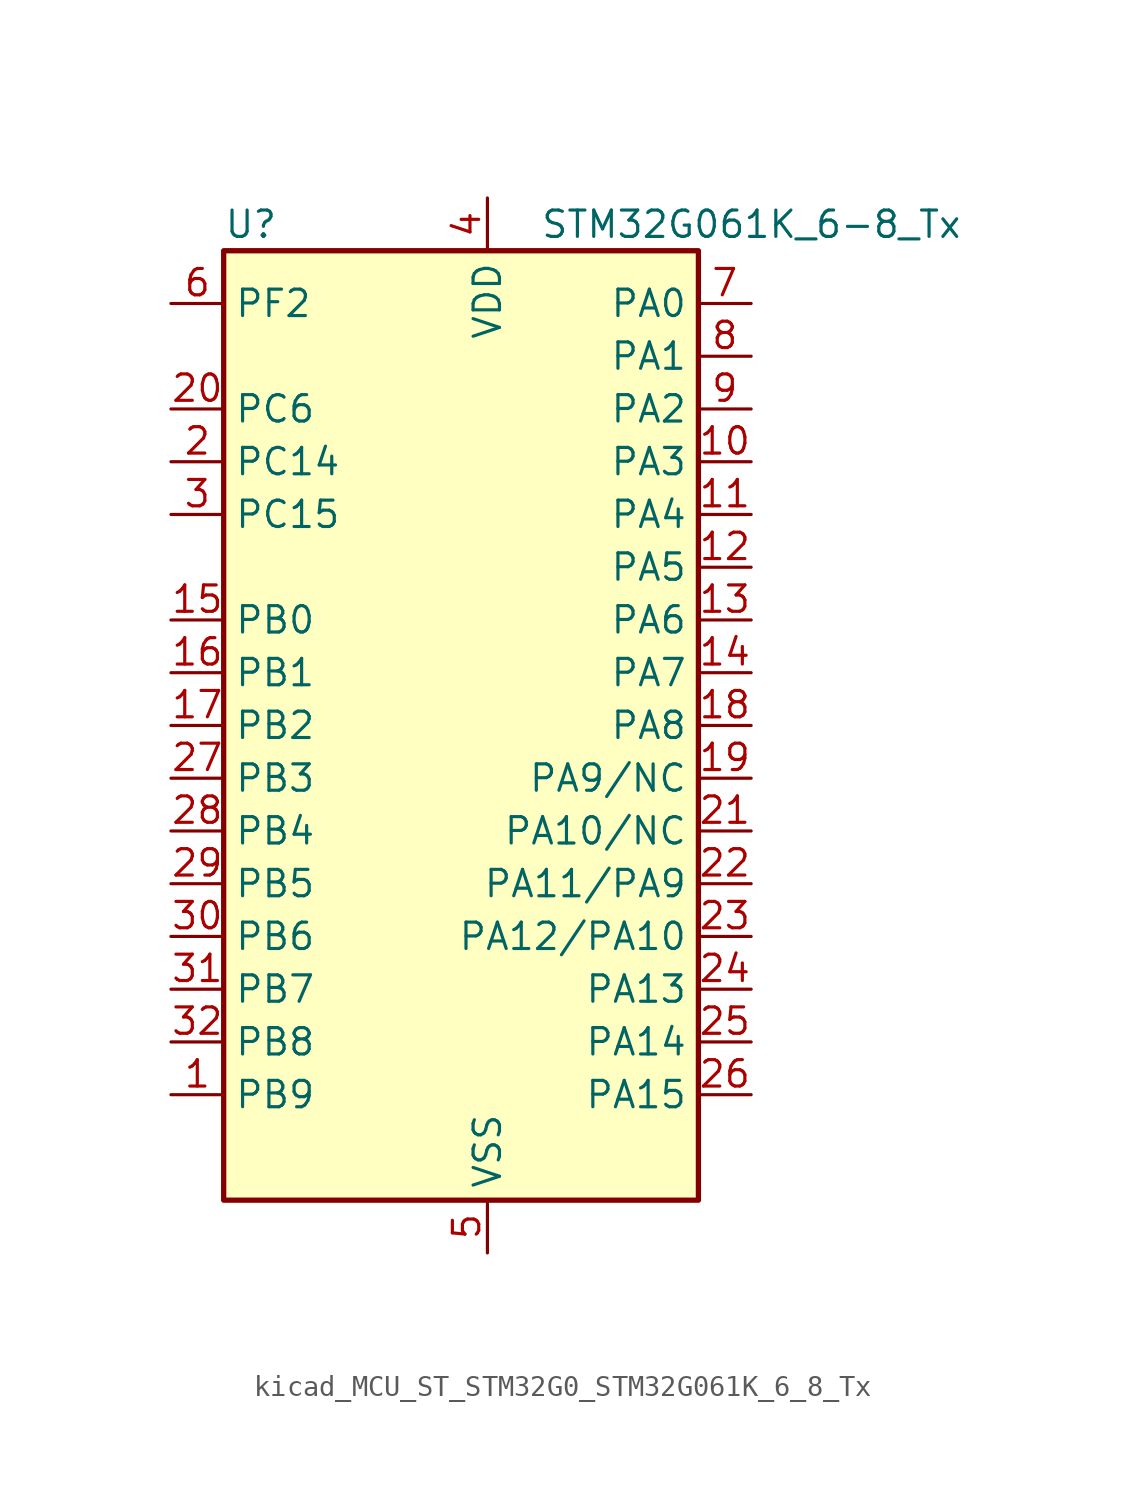
<source format=kicad_sym>
(kicad_symbol_lib
  (version 20220914)
  (generator kicad_symbol_editor)
  (symbol "kicad_MCU_ST_STM32G0_STM32G061K_6_8_Tx"
    (property "Reference" "U"
      (at -10.16 24.13 0)
      (effects (font (size 1.27 1.27)) (justify left)))
    (property "Value" "STM32G061K_6-8_Tx"
      (at 5.08 24.13 0)
      (effects (font (size 1.27 1.27)) (justify left)))
    (property "ki_locked" ""
      (at 0 0 0)
      (effects (font (size 1.27 1.27))))
    (symbol "kicad_MCU_ST_STM32G0_STM32G061K_6_8_Tx_0_1"
      (rectangle (start -10.16 -22.86) (end 12.7 22.86) (stroke (width 0.254) (type default)) (fill (type background))))
    (symbol "kicad_MCU_ST_STM32G0_STM32G061K_6_8_Tx_1_1"
      (pin bidirectional line (at -12.7 -17.78 0) (length 2.54) (name "PB9" (effects (font (size 1.27 1.27)))) (number "1" (effects (font (size 1.27 1.27)))) (alternate "DAC1_EXTI9" bidirectional line) (alternate "I2C1_SDA" bidirectional line) (alternate "IR_OUT" bidirectional line) (alternate "SPI2_NSS" bidirectional line) (alternate "TIM17_CH1" bidirectional line))
      (pin bidirectional line (at 15.24 12.7 180) (length 2.54) (name "PA3" (effects (font (size 1.27 1.27)))) (number "10" (effects (font (size 1.27 1.27)))) (alternate "ADC1_IN3" bidirectional line) (alternate "COMP2_INP" bidirectional line) (alternate "LPUART1_RX" bidirectional line) (alternate "SPI2_MISO" bidirectional line) (alternate "TIM15_CH2" bidirectional line) (alternate "TIM2_CH4" bidirectional line) (alternate "USART2_RX" bidirectional line))
      (pin bidirectional line (at 15.24 10.16 180) (length 2.54) (name "PA4" (effects (font (size 1.27 1.27)))) (number "11" (effects (font (size 1.27 1.27)))) (alternate "ADC1_IN4" bidirectional line) (alternate "DAC1_OUT1" bidirectional line) (alternate "I2S1_WS" bidirectional line) (alternate "LPTIM2_OUT" bidirectional line) (alternate "RTC_OUT1" bidirectional line) (alternate "RTC_TAMP_IN1" bidirectional line) (alternate "RTC_TS" bidirectional line) (alternate "SPI1_NSS" bidirectional line) (alternate "SPI2_MOSI" bidirectional line) (alternate "SYS_WKUP2" bidirectional line) (alternate "TIM14_CH1" bidirectional line))
      (pin bidirectional line (at 15.24 7.62 180) (length 2.54) (name "PA5" (effects (font (size 1.27 1.27)))) (number "12" (effects (font (size 1.27 1.27)))) (alternate "ADC1_IN5" bidirectional line) (alternate "DAC1_OUT2" bidirectional line) (alternate "I2S1_CK" bidirectional line) (alternate "LPTIM2_ETR" bidirectional line) (alternate "SPI1_SCK" bidirectional line) (alternate "TIM2_CH1" bidirectional line) (alternate "TIM2_ETR" bidirectional line))
      (pin bidirectional line (at 15.24 5.08 180) (length 2.54) (name "PA6" (effects (font (size 1.27 1.27)))) (number "13" (effects (font (size 1.27 1.27)))) (alternate "ADC1_IN6" bidirectional line) (alternate "COMP1_OUT" bidirectional line) (alternate "I2S1_MCK" bidirectional line) (alternate "LPUART1_CTS" bidirectional line) (alternate "SPI1_MISO" bidirectional line) (alternate "TIM16_CH1" bidirectional line) (alternate "TIM1_BK" bidirectional line) (alternate "TIM3_CH1" bidirectional line))
      (pin bidirectional line (at 15.24 2.54 180) (length 2.54) (name "PA7" (effects (font (size 1.27 1.27)))) (number "14" (effects (font (size 1.27 1.27)))) (alternate "ADC1_IN7" bidirectional line) (alternate "COMP2_OUT" bidirectional line) (alternate "I2S1_SD" bidirectional line) (alternate "SPI1_MOSI" bidirectional line) (alternate "TIM14_CH1" bidirectional line) (alternate "TIM17_CH1" bidirectional line) (alternate "TIM1_CH1N" bidirectional line) (alternate "TIM3_CH2" bidirectional line))
      (pin bidirectional line (at -12.7 5.08 0) (length 2.54) (name "PB0" (effects (font (size 1.27 1.27)))) (number "15" (effects (font (size 1.27 1.27)))) (alternate "ADC1_IN8" bidirectional line) (alternate "COMP1_OUT" bidirectional line) (alternate "I2S1_WS" bidirectional line) (alternate "LPTIM1_OUT" bidirectional line) (alternate "SPI1_NSS" bidirectional line) (alternate "TIM1_CH2N" bidirectional line) (alternate "TIM3_CH3" bidirectional line))
      (pin bidirectional line (at -12.7 2.54 0) (length 2.54) (name "PB1" (effects (font (size 1.27 1.27)))) (number "16" (effects (font (size 1.27 1.27)))) (alternate "ADC1_IN9" bidirectional line) (alternate "COMP1_INM" bidirectional line) (alternate "LPTIM2_IN1" bidirectional line) (alternate "LPUART1_DE" bidirectional line) (alternate "LPUART1_RTS" bidirectional line) (alternate "TIM14_CH1" bidirectional line) (alternate "TIM1_CH3N" bidirectional line) (alternate "TIM3_CH4" bidirectional line))
      (pin bidirectional line (at -12.7 0 0) (length 2.54) (name "PB2" (effects (font (size 1.27 1.27)))) (number "17" (effects (font (size 1.27 1.27)))) (alternate "ADC1_IN10" bidirectional line) (alternate "COMP1_INP" bidirectional line) (alternate "LPTIM1_OUT" bidirectional line) (alternate "SPI2_MISO" bidirectional line))
      (pin bidirectional line (at 15.24 0 180) (length 2.54) (name "PA8" (effects (font (size 1.27 1.27)))) (number "18" (effects (font (size 1.27 1.27)))) (alternate "LPTIM2_OUT" bidirectional line) (alternate "RCC_MCO" bidirectional line) (alternate "SPI2_NSS" bidirectional line) (alternate "TIM1_CH1" bidirectional line))
      (pin bidirectional line (at 15.24 -2.54 180) (length 2.54) (name "PA9/NC" (effects (font (size 1.27 1.27)))) (number "19" (effects (font (size 1.27 1.27)))) (alternate "DAC1_EXTI9" bidirectional line) (alternate "I2C1_SCL" bidirectional line) (alternate "RCC_MCO" bidirectional line) (alternate "SPI2_MISO" bidirectional line) (alternate "TIM15_BK" bidirectional line) (alternate "TIM1_CH2" bidirectional line) (alternate "USART1_TX" bidirectional line))
      (pin bidirectional line (at -12.7 12.7 0) (length 2.54) (name "PC14" (effects (font (size 1.27 1.27)))) (number "2" (effects (font (size 1.27 1.27)))) (alternate "RCC_OSC32_IN" bidirectional line) (alternate "RCC_OSC_IN" bidirectional line) (alternate "TIM1_BK2" bidirectional line))
      (pin bidirectional line (at -12.7 15.24 0) (length 2.54) (name "PC6" (effects (font (size 1.27 1.27)))) (number "20" (effects (font (size 1.27 1.27)))) (alternate "TIM2_CH3" bidirectional line) (alternate "TIM3_CH1" bidirectional line))
      (pin bidirectional line (at 15.24 -5.08 180) (length 2.54) (name "PA10/NC" (effects (font (size 1.27 1.27)))) (number "21" (effects (font (size 1.27 1.27)))) (alternate "I2C1_SDA" bidirectional line) (alternate "SPI2_MOSI" bidirectional line) (alternate "TIM17_BK" bidirectional line) (alternate "TIM1_CH3" bidirectional line) (alternate "USART1_RX" bidirectional line))
      (pin bidirectional line (at 15.24 -7.62 180) (length 2.54) (name "PA11/PA9" (effects (font (size 1.27 1.27)))) (number "22" (effects (font (size 1.27 1.27)))) (alternate "ADC1_EXTI11" bidirectional line) (alternate "ADC1_IN15" bidirectional line) (alternate "COMP1_OUT" bidirectional line) (alternate "I2C2_SCL" bidirectional line) (alternate "I2S1_MCK" bidirectional line) (alternate "SPI1_MISO" bidirectional line) (alternate "TIM1_BK2" bidirectional line) (alternate "TIM1_CH4" bidirectional line) (alternate "USART1_CTS" bidirectional line) (alternate "USART1_NSS" bidirectional line))
      (pin bidirectional line (at 15.24 -10.16 180) (length 2.54) (name "PA12/PA10" (effects (font (size 1.27 1.27)))) (number "23" (effects (font (size 1.27 1.27)))) (alternate "ADC1_IN16" bidirectional line) (alternate "COMP2_OUT" bidirectional line) (alternate "I2C2_SDA" bidirectional line) (alternate "I2S1_SD" bidirectional line) (alternate "I2S_CKIN" bidirectional line) (alternate "SPI1_MOSI" bidirectional line) (alternate "TIM1_ETR" bidirectional line) (alternate "USART1_CK" bidirectional line) (alternate "USART1_DE" bidirectional line) (alternate "USART1_RTS" bidirectional line))
      (pin bidirectional line (at 15.24 -12.7 180) (length 2.54) (name "PA13" (effects (font (size 1.27 1.27)))) (number "24" (effects (font (size 1.27 1.27)))) (alternate "ADC1_IN17" bidirectional line) (alternate "IR_OUT" bidirectional line) (alternate "SYS_SWDIO" bidirectional line))
      (pin bidirectional line (at 15.24 -15.24 180) (length 2.54) (name "PA14" (effects (font (size 1.27 1.27)))) (number "25" (effects (font (size 1.27 1.27)))) (alternate "ADC1_IN18" bidirectional line) (alternate "SYS_SWCLK" bidirectional line) (alternate "USART2_TX" bidirectional line))
      (pin bidirectional line (at 15.24 -17.78 180) (length 2.54) (name "PA15" (effects (font (size 1.27 1.27)))) (number "26" (effects (font (size 1.27 1.27)))) (alternate "I2S1_WS" bidirectional line) (alternate "SPI1_NSS" bidirectional line) (alternate "TIM2_CH1" bidirectional line) (alternate "TIM2_ETR" bidirectional line) (alternate "USART2_RX" bidirectional line))
      (pin bidirectional line (at -12.7 -2.54 0) (length 2.54) (name "PB3" (effects (font (size 1.27 1.27)))) (number "27" (effects (font (size 1.27 1.27)))) (alternate "COMP2_INM" bidirectional line) (alternate "I2S1_CK" bidirectional line) (alternate "SPI1_SCK" bidirectional line) (alternate "TIM1_CH2" bidirectional line) (alternate "TIM2_CH2" bidirectional line) (alternate "USART1_CK" bidirectional line) (alternate "USART1_DE" bidirectional line) (alternate "USART1_RTS" bidirectional line))
      (pin bidirectional line (at -12.7 -5.08 0) (length 2.54) (name "PB4" (effects (font (size 1.27 1.27)))) (number "28" (effects (font (size 1.27 1.27)))) (alternate "COMP2_INP" bidirectional line) (alternate "I2S1_MCK" bidirectional line) (alternate "SPI1_MISO" bidirectional line) (alternate "TIM17_BK" bidirectional line) (alternate "TIM3_CH1" bidirectional line) (alternate "USART1_CTS" bidirectional line) (alternate "USART1_NSS" bidirectional line))
      (pin bidirectional line (at -12.7 -7.62 0) (length 2.54) (name "PB5" (effects (font (size 1.27 1.27)))) (number "29" (effects (font (size 1.27 1.27)))) (alternate "COMP2_OUT" bidirectional line) (alternate "I2C1_SMBA" bidirectional line) (alternate "I2S1_SD" bidirectional line) (alternate "LPTIM1_IN1" bidirectional line) (alternate "SPI1_MOSI" bidirectional line) (alternate "SYS_WKUP6" bidirectional line) (alternate "TIM16_BK" bidirectional line) (alternate "TIM3_CH2" bidirectional line))
      (pin bidirectional line (at -12.7 10.16 0) (length 2.54) (name "PC15" (effects (font (size 1.27 1.27)))) (number "3" (effects (font (size 1.27 1.27)))) (alternate "RCC_OSC32_EN" bidirectional line) (alternate "RCC_OSC32_OUT" bidirectional line) (alternate "RCC_OSC_EN" bidirectional line) (alternate "TIM15_BK" bidirectional line))
      (pin bidirectional line (at -12.7 -10.16 0) (length 2.54) (name "PB6" (effects (font (size 1.27 1.27)))) (number "30" (effects (font (size 1.27 1.27)))) (alternate "COMP2_INP" bidirectional line) (alternate "I2C1_SCL" bidirectional line) (alternate "LPTIM1_ETR" bidirectional line) (alternate "SPI2_MISO" bidirectional line) (alternate "TIM16_CH1N" bidirectional line) (alternate "TIM1_CH3" bidirectional line) (alternate "USART1_TX" bidirectional line))
      (pin bidirectional line (at -12.7 -12.7 0) (length 2.54) (name "PB7" (effects (font (size 1.27 1.27)))) (number "31" (effects (font (size 1.27 1.27)))) (alternate "ADC1_IN11" bidirectional line) (alternate "COMP2_INM" bidirectional line) (alternate "I2C1_SDA" bidirectional line) (alternate "LPTIM1_IN2" bidirectional line) (alternate "SPI2_MOSI" bidirectional line) (alternate "SYS_PVD_IN" bidirectional line) (alternate "TIM17_CH1N" bidirectional line) (alternate "USART1_RX" bidirectional line))
      (pin bidirectional line (at -12.7 -15.24 0) (length 2.54) (name "PB8" (effects (font (size 1.27 1.27)))) (number "32" (effects (font (size 1.27 1.27)))) (alternate "I2C1_SCL" bidirectional line) (alternate "SPI2_SCK" bidirectional line) (alternate "TIM15_BK" bidirectional line) (alternate "TIM16_CH1" bidirectional line))
      (pin power_in line (at 2.54 25.4 270) (length 2.54) (name "VDD" (effects (font (size 1.27 1.27)))) (number "4" (effects (font (size 1.27 1.27)))))
      (pin power_in line (at 2.54 -25.4 90) (length 2.54) (name "VSS" (effects (font (size 1.27 1.27)))) (number "5" (effects (font (size 1.27 1.27)))))
      (pin bidirectional line (at -12.7 20.32 0) (length 2.54) (name "PF2" (effects (font (size 1.27 1.27)))) (number "6" (effects (font (size 1.27 1.27)))) (alternate "RCC_MCO" bidirectional line))
      (pin bidirectional line (at 15.24 20.32 180) (length 2.54) (name "PA0" (effects (font (size 1.27 1.27)))) (number "7" (effects (font (size 1.27 1.27)))) (alternate "ADC1_IN0" bidirectional line) (alternate "COMP1_INM" bidirectional line) (alternate "COMP1_OUT" bidirectional line) (alternate "LPTIM1_OUT" bidirectional line) (alternate "RTC_TAMP_IN2" bidirectional line) (alternate "SPI2_SCK" bidirectional line) (alternate "SYS_WKUP1" bidirectional line) (alternate "TIM2_CH1" bidirectional line) (alternate "TIM2_ETR" bidirectional line) (alternate "USART2_CTS" bidirectional line) (alternate "USART2_NSS" bidirectional line))
      (pin bidirectional line (at 15.24 17.78 180) (length 2.54) (name "PA1" (effects (font (size 1.27 1.27)))) (number "8" (effects (font (size 1.27 1.27)))) (alternate "ADC1_IN1" bidirectional line) (alternate "COMP1_INP" bidirectional line) (alternate "I2C1_SMBA" bidirectional line) (alternate "I2S1_CK" bidirectional line) (alternate "SPI1_SCK" bidirectional line) (alternate "TIM15_CH1N" bidirectional line) (alternate "TIM2_CH2" bidirectional line) (alternate "USART2_CK" bidirectional line) (alternate "USART2_DE" bidirectional line) (alternate "USART2_RTS" bidirectional line))
      (pin bidirectional line (at 15.24 15.24 180) (length 2.54) (name "PA2" (effects (font (size 1.27 1.27)))) (number "9" (effects (font (size 1.27 1.27)))) (alternate "ADC1_IN2" bidirectional line) (alternate "COMP2_INM" bidirectional line) (alternate "COMP2_OUT" bidirectional line) (alternate "I2S1_SD" bidirectional line) (alternate "LPUART1_TX" bidirectional line) (alternate "RCC_LSCO" bidirectional line) (alternate "SPI1_MOSI" bidirectional line) (alternate "SYS_WKUP4" bidirectional line) (alternate "TIM15_CH1" bidirectional line) (alternate "TIM2_CH3" bidirectional line) (alternate "USART2_TX" bidirectional line)))))
</source>
